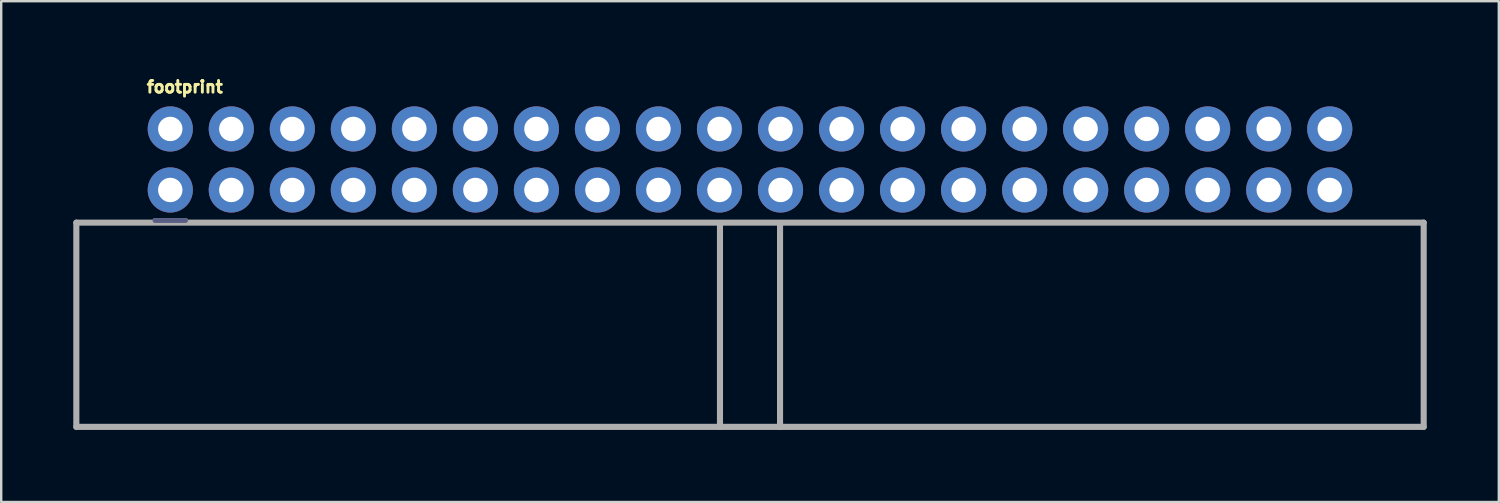
<source format=kicad_pcb>
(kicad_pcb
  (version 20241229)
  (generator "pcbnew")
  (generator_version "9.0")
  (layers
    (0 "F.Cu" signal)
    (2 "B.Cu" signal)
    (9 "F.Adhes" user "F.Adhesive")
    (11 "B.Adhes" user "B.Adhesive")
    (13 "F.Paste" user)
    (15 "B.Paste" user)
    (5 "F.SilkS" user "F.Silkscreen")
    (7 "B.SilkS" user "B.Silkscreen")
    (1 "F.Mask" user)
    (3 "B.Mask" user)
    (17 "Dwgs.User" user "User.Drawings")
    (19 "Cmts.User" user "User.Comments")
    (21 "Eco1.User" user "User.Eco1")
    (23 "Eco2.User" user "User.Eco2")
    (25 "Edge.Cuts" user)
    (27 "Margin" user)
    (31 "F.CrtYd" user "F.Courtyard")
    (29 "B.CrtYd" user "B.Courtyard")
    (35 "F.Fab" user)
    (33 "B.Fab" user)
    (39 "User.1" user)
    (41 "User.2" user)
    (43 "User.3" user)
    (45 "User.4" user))
  (footprint "footprint"
    (layer "F.Cu")
    (at 28.162 3.567)
    (property "Reference" "footprint" (at -25.17 -2.714 0) (layer "F.SilkS") (effects (font (size 0.488 0.488) (thickness 0.122)) (justify left bottom)))
    (fp_line (start -24.76 2.56) (end -23.49 2.56) (stroke (width 0.203) (type solid)) (layer "B.Fab"))
    (fp_line (start -28.035 2.65) (end -28.035 11.15) (stroke (width 0.254) (type solid)) (layer "F.Fab"))
    (fp_line (start -28.035 11.15) (end 28.045 11.15) (stroke (width 0.254) (type solid)) (layer "F.Fab"))
    (fp_line (start -23.49 2.56) (end -24.76 2.56) (stroke (width 0.203) (type solid)) (layer "F.Fab"))
    (fp_line (start -1.245 11.15) (end -1.245 2.67) (stroke (width 0.254) (type solid)) (layer "F.Fab"))
    (fp_line (start 1.255 11.14) (end 1.255 2.68) (stroke (width 0.254) (type solid)) (layer "F.Fab"))
    (fp_line (start 28.045 2.65) (end -28.035 2.65) (stroke (width 0.254) (type solid)) (layer "F.Fab"))
    (fp_line (start 28.045 11.15) (end 28.045 2.65) (stroke (width 0.254) (type solid)) (layer "F.Fab"))
    (fp_poly (pts (xy -23.871 -0.996) (xy -23.871 -1.504) (xy -24.379 -1.504) (xy -24.379 -0.996)) (stroke (width 0.1) (type solid)) (fill no) (layer "F.Fab"))
    (fp_poly (pts (xy -23.871 1.544) (xy -23.871 1.036) (xy -24.379 1.036) (xy -24.379 1.544)) (stroke (width 0.1) (type solid)) (fill no) (layer "F.Fab"))
    (fp_poly (pts (xy -21.331 -0.996) (xy -21.331 -1.504) (xy -21.839 -1.504) (xy -21.839 -0.996)) (stroke (width 0.1) (type solid)) (fill no) (layer "F.Fab"))
    (fp_poly (pts (xy -21.331 1.544) (xy -21.331 1.036) (xy -21.839 1.036) (xy -21.839 1.544)) (stroke (width 0.1) (type solid)) (fill no) (layer "F.Fab"))
    (fp_poly (pts (xy -18.791 -0.996) (xy -18.791 -1.504) (xy -19.299 -1.504) (xy -19.299 -0.996)) (stroke (width 0.1) (type solid)) (fill no) (layer "F.Fab"))
    (fp_poly (pts (xy -18.791 1.544) (xy -18.791 1.036) (xy -19.299 1.036) (xy -19.299 1.544)) (stroke (width 0.1) (type solid)) (fill no) (layer "F.Fab"))
    (fp_poly (pts (xy -16.251 -0.996) (xy -16.251 -1.504) (xy -16.759 -1.504) (xy -16.759 -0.996)) (stroke (width 0.1) (type solid)) (fill no) (layer "F.Fab"))
    (fp_poly (pts (xy -16.251 -0.996) (xy -16.251 -1.504) (xy -16.759 -1.504) (xy -16.759 -0.996)) (stroke (width 0.1) (type solid)) (fill no) (layer "F.Fab"))
    (fp_poly (pts (xy -16.251 1.544) (xy -16.251 1.036) (xy -16.759 1.036) (xy -16.759 1.544)) (stroke (width 0.1) (type solid)) (fill no) (layer "F.Fab"))
    (fp_poly (pts (xy -16.251 1.544) (xy -16.251 1.036) (xy -16.759 1.036) (xy -16.759 1.544)) (stroke (width 0.1) (type solid)) (fill no) (layer "F.Fab"))
    (fp_poly (pts (xy -13.711 -0.996) (xy -13.711 -1.504) (xy -14.219 -1.504) (xy -14.219 -0.996)) (stroke (width 0.1) (type solid)) (fill no) (layer "F.Fab"))
    (fp_poly (pts (xy -13.711 1.544) (xy -13.711 1.036) (xy -14.219 1.036) (xy -14.219 1.544)) (stroke (width 0.1) (type solid)) (fill no) (layer "F.Fab"))
    (fp_poly (pts (xy -11.171 -0.996) (xy -11.171 -1.504) (xy -11.679 -1.504) (xy -11.679 -0.996)) (stroke (width 0.1) (type solid)) (fill no) (layer "F.Fab"))
    (fp_poly (pts (xy -11.171 1.544) (xy -11.171 1.036) (xy -11.679 1.036) (xy -11.679 1.544)) (stroke (width 0.1) (type solid)) (fill no) (layer "F.Fab"))
    (fp_poly (pts (xy -8.631 -0.996) (xy -8.631 -1.504) (xy -9.139 -1.504) (xy -9.139 -0.996)) (stroke (width 0.1) (type solid)) (fill no) (layer "F.Fab"))
    (fp_poly (pts (xy -8.631 1.544) (xy -8.631 1.036) (xy -9.139 1.036) (xy -9.139 1.544)) (stroke (width 0.1) (type solid)) (fill no) (layer "F.Fab"))
    (fp_poly (pts (xy -6.091 -0.996) (xy -6.091 -1.504) (xy -6.599 -1.504) (xy -6.599 -0.996)) (stroke (width 0.1) (type solid)) (fill no) (layer "F.Fab"))
    (fp_poly (pts (xy -6.091 1.544) (xy -6.091 1.036) (xy -6.599 1.036) (xy -6.599 1.544)) (stroke (width 0.1) (type solid)) (fill no) (layer "F.Fab"))
    (fp_poly (pts (xy -3.551 -0.996) (xy -3.551 -1.504) (xy -4.059 -1.504) (xy -4.059 -0.996)) (stroke (width 0.1) (type solid)) (fill no) (layer "F.Fab"))
    (fp_poly (pts (xy -3.551 -0.996) (xy -3.551 -1.504) (xy -4.059 -1.504) (xy -4.059 -0.996)) (stroke (width 0.1) (type solid)) (fill no) (layer "F.Fab"))
    (fp_poly (pts (xy -3.551 1.544) (xy -3.551 1.036) (xy -4.059 1.036) (xy -4.059 1.544)) (stroke (width 0.1) (type solid)) (fill no) (layer "F.Fab"))
    (fp_poly (pts (xy -3.551 1.544) (xy -3.551 1.036) (xy -4.059 1.036) (xy -4.059 1.544)) (stroke (width 0.1) (type solid)) (fill no) (layer "F.Fab"))
    (fp_poly (pts (xy -1.011 -0.996) (xy -1.011 -1.504) (xy -1.519 -1.504) (xy -1.519 -0.996)) (stroke (width 0.1) (type solid)) (fill no) (layer "F.Fab"))
    (fp_poly (pts (xy -1.011 1.544) (xy -1.011 1.036) (xy -1.519 1.036) (xy -1.519 1.544)) (stroke (width 0.1) (type solid)) (fill no) (layer "F.Fab"))
    (fp_poly (pts (xy 1.529 -0.996) (xy 1.529 -1.504) (xy 1.021 -1.504) (xy 1.021 -0.996)) (stroke (width 0.1) (type solid)) (fill no) (layer "F.Fab"))
    (fp_poly (pts (xy 1.529 1.544) (xy 1.529 1.036) (xy 1.021 1.036) (xy 1.021 1.544)) (stroke (width 0.1) (type solid)) (fill no) (layer "F.Fab"))
    (fp_poly (pts (xy 4.069 -0.996) (xy 4.069 -1.504) (xy 3.561 -1.504) (xy 3.561 -0.996)) (stroke (width 0.1) (type solid)) (fill no) (layer "F.Fab"))
    (fp_poly (pts (xy 4.069 -0.996) (xy 4.069 -1.504) (xy 3.561 -1.504) (xy 3.561 -0.996)) (stroke (width 0.1) (type solid)) (fill no) (layer "F.Fab"))
    (fp_poly (pts (xy 4.069 1.544) (xy 4.069 1.036) (xy 3.561 1.036) (xy 3.561 1.544)) (stroke (width 0.1) (type solid)) (fill no) (layer "F.Fab"))
    (fp_poly (pts (xy 4.069 1.544) (xy 4.069 1.036) (xy 3.561 1.036) (xy 3.561 1.544)) (stroke (width 0.1) (type solid)) (fill no) (layer "F.Fab"))
    (fp_poly (pts (xy 6.609 -0.996) (xy 6.609 -1.504) (xy 6.101 -1.504) (xy 6.101 -0.996)) (stroke (width 0.1) (type solid)) (fill no) (layer "F.Fab"))
    (fp_poly (pts (xy 6.609 1.544) (xy 6.609 1.036) (xy 6.101 1.036) (xy 6.101 1.544)) (stroke (width 0.1) (type solid)) (fill no) (layer "F.Fab"))
    (fp_poly (pts (xy 9.149 -0.996) (xy 9.149 -1.504) (xy 8.641 -1.504) (xy 8.641 -0.996)) (stroke (width 0.1) (type solid)) (fill no) (layer "F.Fab"))
    (fp_poly (pts (xy 9.149 1.544) (xy 9.149 1.036) (xy 8.641 1.036) (xy 8.641 1.544)) (stroke (width 0.1) (type solid)) (fill no) (layer "F.Fab"))
    (fp_poly (pts (xy 11.689 -0.996) (xy 11.689 -1.504) (xy 11.181 -1.504) (xy 11.181 -0.996)) (stroke (width 0.1) (type solid)) (fill no) (layer "F.Fab"))
    (fp_poly (pts (xy 11.689 1.544) (xy 11.689 1.036) (xy 11.181 1.036) (xy 11.181 1.544)) (stroke (width 0.1) (type solid)) (fill no) (layer "F.Fab"))
    (fp_poly (pts (xy 14.229 -0.996) (xy 14.229 -1.504) (xy 13.721 -1.504) (xy 13.721 -0.996)) (stroke (width 0.1) (type solid)) (fill no) (layer "F.Fab"))
    (fp_poly (pts (xy 14.229 1.544) (xy 14.229 1.036) (xy 13.721 1.036) (xy 13.721 1.544)) (stroke (width 0.1) (type solid)) (fill no) (layer "F.Fab"))
    (fp_poly (pts (xy 16.769 -0.996) (xy 16.769 -1.504) (xy 16.261 -1.504) (xy 16.261 -0.996)) (stroke (width 0.1) (type solid)) (fill no) (layer "F.Fab"))
    (fp_poly (pts (xy 16.769 1.544) (xy 16.769 1.036) (xy 16.261 1.036) (xy 16.261 1.544)) (stroke (width 0.1) (type solid)) (fill no) (layer "F.Fab"))
    (fp_poly (pts (xy 19.309 -0.996) (xy 19.309 -1.504) (xy 18.801 -1.504) (xy 18.801 -0.996)) (stroke (width 0.1) (type solid)) (fill no) (layer "F.Fab"))
    (fp_poly (pts (xy 19.309 1.544) (xy 19.309 1.036) (xy 18.801 1.036) (xy 18.801 1.544)) (stroke (width 0.1) (type solid)) (fill no) (layer "F.Fab"))
    (fp_poly (pts (xy 21.849 -0.996) (xy 21.849 -1.504) (xy 21.341 -1.504) (xy 21.341 -0.996)) (stroke (width 0.1) (type solid)) (fill no) (layer "F.Fab"))
    (fp_poly (pts (xy 21.849 1.544) (xy 21.849 1.036) (xy 21.341 1.036) (xy 21.341 1.544)) (stroke (width 0.1) (type solid)) (fill no) (layer "F.Fab"))
    (fp_poly (pts (xy 24.389 -0.996) (xy 24.389 -1.504) (xy 23.881 -1.504) (xy 23.881 -0.996)) (stroke (width 0.1) (type solid)) (fill no) (layer "F.Fab"))
    (fp_poly (pts (xy 24.389 1.544) (xy 24.389 1.036) (xy 23.881 1.036) (xy 23.881 1.544)) (stroke (width 0.1) (type solid)) (fill no) (layer "F.Fab"))
    (pad "1" thru_hole circle (at -24.125 -1.25) (size 1.88 1.88) (drill 1.016) (layers "*.Cu" "*.Mask"))
    (pad "2" thru_hole circle (at -24.125 1.29) (size 1.88 1.88) (drill 1.016) (layers "*.Cu" "*.Mask"))
    (pad "3" thru_hole circle (at -21.585 -1.25) (size 1.88 1.88) (drill 1.016) (layers "*.Cu" "*.Mask"))
    (pad "4" thru_hole circle (at -21.585 1.29) (size 1.88 1.88) (drill 1.016) (layers "*.Cu" "*.Mask"))
    (pad "5" thru_hole circle (at -19.045 -1.25) (size 1.88 1.88) (drill 1.016) (layers "*.Cu" "*.Mask"))
    (pad "6" thru_hole circle (at -19.045 1.29) (size 1.88 1.88) (drill 1.016) (layers "*.Cu" "*.Mask"))
    (pad "7" thru_hole circle (at -16.505 -1.25) (size 1.88 1.88) (drill 1.016) (layers "*.Cu" "*.Mask"))
    (pad "8" thru_hole circle (at -16.505 1.29) (size 1.88 1.88) (drill 1.016) (layers "*.Cu" "*.Mask"))
    (pad "9" thru_hole circle (at -13.965 -1.25) (size 1.88 1.88) (drill 1.016) (layers "*.Cu" "*.Mask"))
    (pad "10" thru_hole circle (at -13.965 1.29) (size 1.88 1.88) (drill 1.016) (layers "*.Cu" "*.Mask"))
    (pad "11" thru_hole circle (at -11.425 -1.25) (size 1.88 1.88) (drill 1.016) (layers "*.Cu" "*.Mask"))
    (pad "12" thru_hole circle (at -11.425 1.29) (size 1.88 1.88) (drill 1.016) (layers "*.Cu" "*.Mask"))
    (pad "13" thru_hole circle (at -8.885 -1.25) (size 1.88 1.88) (drill 1.016) (layers "*.Cu" "*.Mask"))
    (pad "14" thru_hole circle (at -8.885 1.29) (size 1.88 1.88) (drill 1.016) (layers "*.Cu" "*.Mask"))
    (pad "15" thru_hole circle (at -6.345 -1.25) (size 1.88 1.88) (drill 1.016) (layers "*.Cu" "*.Mask"))
    (pad "16" thru_hole circle (at -6.345 1.29) (size 1.88 1.88) (drill 1.016) (layers "*.Cu" "*.Mask"))
    (pad "17" thru_hole circle (at -3.805 -1.25) (size 1.88 1.88) (drill 1.016) (layers "*.Cu" "*.Mask"))
    (pad "18" thru_hole circle (at -3.805 1.29) (size 1.88 1.88) (drill 1.016) (layers "*.Cu" "*.Mask"))
    (pad "19" thru_hole circle (at -1.265 -1.25) (size 1.88 1.88) (drill 1.016) (layers "*.Cu" "*.Mask"))
    (pad "20" thru_hole circle (at -1.265 1.29) (size 1.88 1.88) (drill 1.016) (layers "*.Cu" "*.Mask"))
    (pad "21" thru_hole circle (at 1.275 -1.25) (size 1.88 1.88) (drill 1.016) (layers "*.Cu" "*.Mask"))
    (pad "22" thru_hole circle (at 1.275 1.29) (size 1.88 1.88) (drill 1.016) (layers "*.Cu" "*.Mask"))
    (pad "23" thru_hole circle (at 3.815 -1.25) (size 1.88 1.88) (drill 1.016) (layers "*.Cu" "*.Mask"))
    (pad "24" thru_hole circle (at 3.815 1.29) (size 1.88 1.88) (drill 1.016) (layers "*.Cu" "*.Mask"))
    (pad "25" thru_hole circle (at 6.355 -1.25) (size 1.88 1.88) (drill 1.016) (layers "*.Cu" "*.Mask"))
    (pad "26" thru_hole circle (at 6.355 1.29) (size 1.88 1.88) (drill 1.016) (layers "*.Cu" "*.Mask"))
    (pad "27" thru_hole circle (at 8.895 -1.25) (size 1.88 1.88) (drill 1.016) (layers "*.Cu" "*.Mask"))
    (pad "28" thru_hole circle (at 8.895 1.29) (size 1.88 1.88) (drill 1.016) (layers "*.Cu" "*.Mask"))
    (pad "29" thru_hole circle (at 11.435 -1.25) (size 1.88 1.88) (drill 1.016) (layers "*.Cu" "*.Mask"))
    (pad "30" thru_hole circle (at 11.435 1.29) (size 1.88 1.88) (drill 1.016) (layers "*.Cu" "*.Mask"))
    (pad "31" thru_hole circle (at 13.975 -1.25) (size 1.88 1.88) (drill 1.016) (layers "*.Cu" "*.Mask"))
    (pad "32" thru_hole circle (at 13.975 1.29) (size 1.88 1.88) (drill 1.016) (layers "*.Cu" "*.Mask"))
    (pad "33" thru_hole circle (at 16.515 -1.25) (size 1.88 1.88) (drill 1.016) (layers "*.Cu" "*.Mask"))
    (pad "34" thru_hole circle (at 16.515 1.29) (size 1.88 1.88) (drill 1.016) (layers "*.Cu" "*.Mask"))
    (pad "35" thru_hole circle (at 19.055 -1.25) (size 1.88 1.88) (drill 1.016) (layers "*.Cu" "*.Mask"))
    (pad "36" thru_hole circle (at 19.055 1.29) (size 1.88 1.88) (drill 1.016) (layers "*.Cu" "*.Mask"))
    (pad "37" thru_hole circle (at 21.595 -1.25) (size 1.88 1.88) (drill 1.016) (layers "*.Cu" "*.Mask"))
    (pad "38" thru_hole circle (at 21.595 1.29) (size 1.88 1.88) (drill 1.016) (layers "*.Cu" "*.Mask"))
    (pad "39" thru_hole circle (at 24.135 -1.25) (size 1.88 1.88) (drill 1.016) (layers "*.Cu" "*.Mask"))
    (pad "40" thru_hole circle (at 24.135 1.29) (size 1.88 1.88) (drill 1.016) (layers "*.Cu" "*.Mask")))
  (gr_rect
    (start -3 -3)
    (end 59.334 17.844)
    (stroke (width 0.1) (type default))
    (fill no)
    (layer "Edge.Cuts")))
</source>
